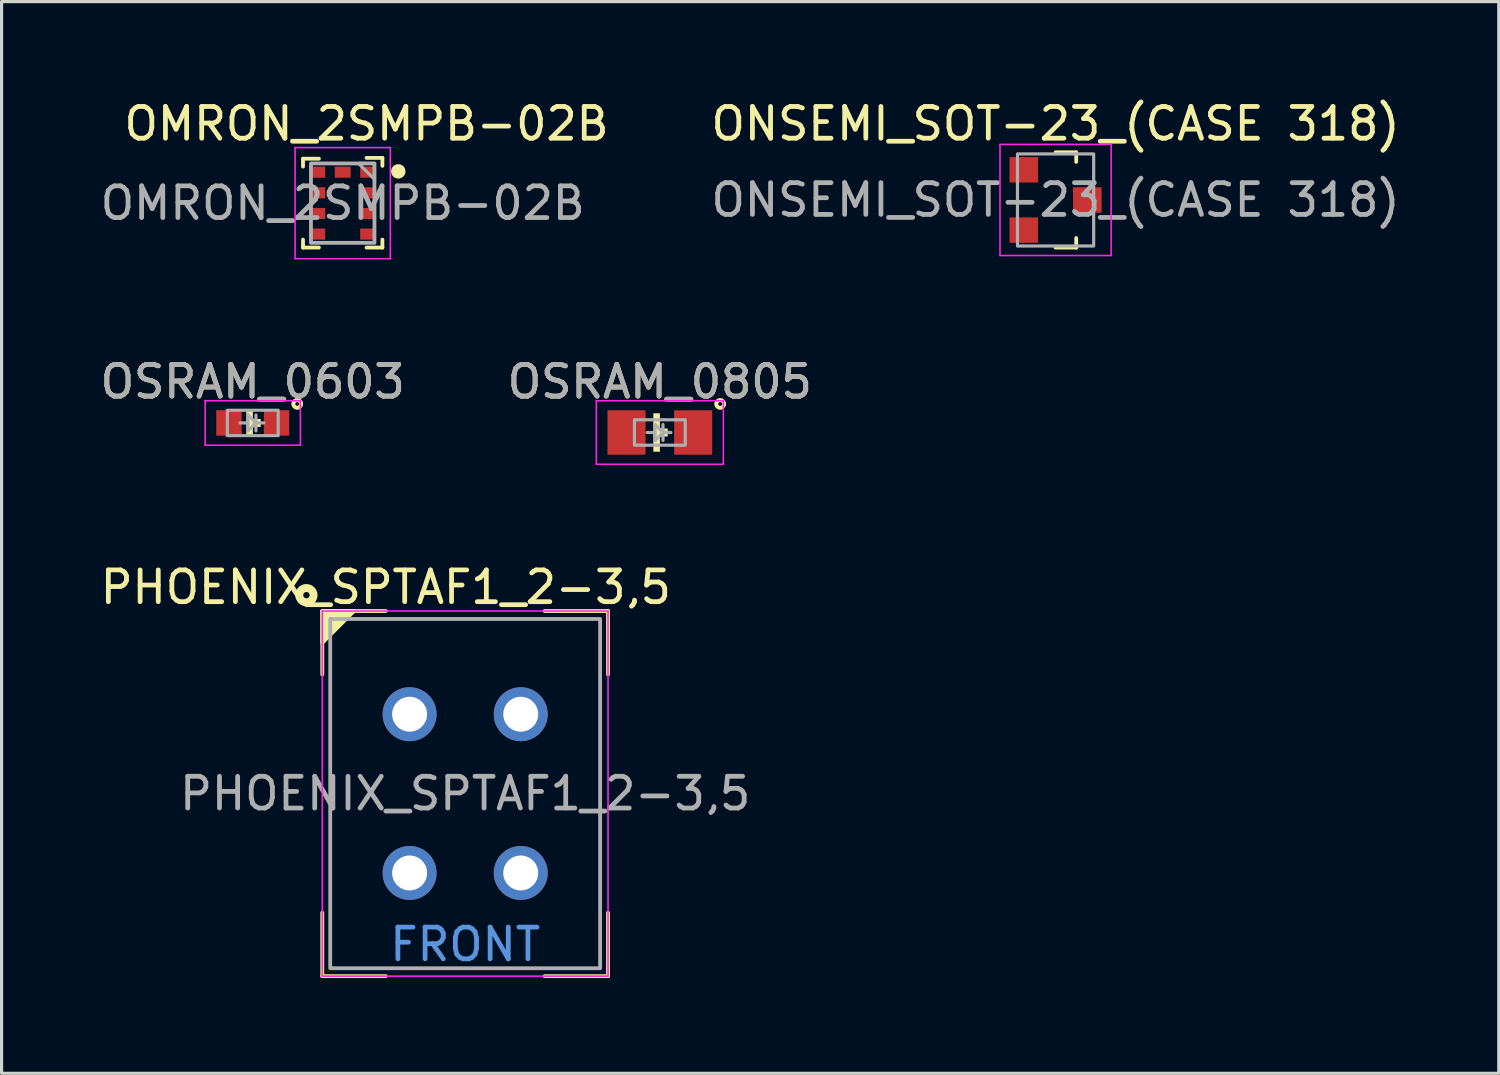
<source format=kicad_pcb>
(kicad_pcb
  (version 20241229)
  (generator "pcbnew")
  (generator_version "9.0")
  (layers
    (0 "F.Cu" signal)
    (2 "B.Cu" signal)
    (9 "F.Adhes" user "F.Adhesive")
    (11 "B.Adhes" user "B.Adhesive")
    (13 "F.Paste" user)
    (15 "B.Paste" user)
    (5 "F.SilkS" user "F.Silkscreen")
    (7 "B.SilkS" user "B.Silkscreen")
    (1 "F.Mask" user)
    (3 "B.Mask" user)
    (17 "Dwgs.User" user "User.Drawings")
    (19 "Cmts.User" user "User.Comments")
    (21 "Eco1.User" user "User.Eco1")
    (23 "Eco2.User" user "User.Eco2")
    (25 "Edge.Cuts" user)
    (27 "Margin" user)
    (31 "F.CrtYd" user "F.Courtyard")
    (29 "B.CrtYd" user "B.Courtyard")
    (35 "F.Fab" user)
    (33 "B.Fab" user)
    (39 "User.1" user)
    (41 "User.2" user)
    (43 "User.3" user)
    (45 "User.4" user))
  (footprint "ONSEMI_SOT-23_(CASE 318)"
    (layer "F.Cu")
    (at 30.196 3.248)
    (property "Reference" "ONSEMI_SOT-23_(CASE 318)" (at 0 -2.4 0) (unlocked yes) (layer "F.SilkS") (effects (font (size 1 1) (thickness 0.15))))
    (attr smd)
    (fp_line (start 0 -1.5) (end 0.65 -1.5) (stroke (width 0.12) (type solid)) (layer "F.SilkS"))
    (fp_line (start 0.65 -1.5) (end 0.65 -1.2) (stroke (width 0.12) (type solid)) (layer "F.SilkS"))
    (fp_line (start 0.65 1.5) (end 0 1.5) (stroke (width 0.12) (type solid)) (layer "F.SilkS"))
    (fp_line (start 0.65 1.5) (end 0.65 1.2) (stroke (width 0.12) (type solid)) (layer "F.SilkS"))
    (fp_line (start -1.75 1.75) (end -1.75 -1.75) (stroke (width 0.05) (type solid)) (layer "F.CrtYd"))
    (fp_line (start 1.75 -1.75) (end -1.75 -1.75) (stroke (width 0.05) (type solid)) (layer "F.CrtYd"))
    (fp_line (start 1.75 1.75) (end -1.75 1.75) (stroke (width 0.05) (type solid)) (layer "F.CrtYd"))
    (fp_line (start 1.75 1.75) (end 1.75 -1.75) (stroke (width 0.05) (type solid)) (layer "F.CrtYd"))
    (fp_rect (start -1.2 -1.45) (end 1.2 1.45) (stroke (width 0.1) (type solid)) (fill no) (layer "F.Fab"))
    (fp_text user "${REFERENCE}" (at 0 0 0) (unlocked yes) (layer "F.Fab") (effects (font (size 1 1) (thickness 0.15))))
    (pad "1" smd rect (at -1 -0.95) (size 0.9 0.8) (layers "F.Cu" "F.Mask" "F.Paste"))
    (pad "2" smd rect (at -1 0.95) (size 0.9 0.8) (layers "F.Cu" "F.Mask" "F.Paste"))
    (pad "3" smd rect (at 1 0) (size 0.9 0.8) (layers "F.Cu" "F.Mask" "F.Paste")))
  (footprint "PHOENIX_SPTAF1_2-3,5"
    (layer "F.Cu")
    (at 11.601 21.945)
    (property "Reference" "PHOENIX_SPTAF1_2-3,5" (at -2.5 -6.5 0) (unlocked yes) (layer "F.SilkS") (effects (font (size 1 1) (thickness 0.15))))
    (attr smd)
    (fp_line (start -4.5 -5.75) (end -4.5 -3.75) (stroke (width 0.12) (type solid)) (layer "F.SilkS"))
    (fp_line (start -4.5 -5.75) (end -2.5 -5.75) (stroke (width 0.12) (type solid)) (layer "F.SilkS"))
    (fp_line (start -4.5 5.75) (end -4.5 3.75) (stroke (width 0.12) (type solid)) (layer "F.SilkS"))
    (fp_line (start -4.5 5.75) (end -2.5 5.75) (stroke (width 0.12) (type solid)) (layer "F.SilkS"))
    (fp_line (start 4.5 -5.75) (end 2.5 -5.75) (stroke (width 0.12) (type solid)) (layer "F.SilkS"))
    (fp_line (start 4.5 -5.75) (end 4.5 -3.75) (stroke (width 0.12) (type solid)) (layer "F.SilkS"))
    (fp_line (start 4.5 5.75) (end 2.5 5.75) (stroke (width 0.12) (type solid)) (layer "F.SilkS"))
    (fp_line (start 4.5 5.75) (end 4.5 3.75) (stroke (width 0.12) (type solid)) (layer "F.SilkS"))
    (fp_circle (center -5 -6.25) (end -4.9 -6.25) (stroke (width 0.25) (type solid)) (fill no) (layer "F.SilkS"))
    (fp_poly (pts (xy -4.5 -4.75) (xy -4.5 -5.75) (xy -3.5 -5.75)) (stroke (width 0.12) (type solid)) (fill yes) (layer "F.SilkS"))
    (fp_line (start -4.5 -5.75) (end -4.5 5.75) (stroke (width 0.05) (type solid)) (layer "F.CrtYd"))
    (fp_line (start 4.5 -5.75) (end -4.5 -5.75) (stroke (width 0.05) (type solid)) (layer "F.CrtYd"))
    (fp_line (start 4.5 5.75) (end -4.5 5.75) (stroke (width 0.05) (type solid)) (layer "F.CrtYd"))
    (fp_line (start 4.5 5.75) (end 4.5 -5.75) (stroke (width 0.05) (type solid)) (layer "F.CrtYd"))
    (fp_rect (start 4.25 -5.5) (end -4.25 5.5) (stroke (width 0.12) (type solid)) (fill no) (layer "F.Fab"))
    (fp_text user "FRONT" (at 0 4.75 0) (unlocked yes) (layer "Cmts.User") (effects (font (size 1 1) (thickness 0.15))))
    (fp_text user "${REFERENCE}" (at 0 0 0) (unlocked yes) (layer "F.Fab") (effects (font (size 1 1) (thickness 0.15))))
    (pad "1" thru_hole circle (at -1.75 2.5) (size 1.7 1.7) (drill 1.1) (layers "*.Cu" "*.Mask"))
    (pad "1B" thru_hole circle (at -1.75 -2.5) (size 1.7 1.7) (drill 1.1) (layers "*.Cu" "*.Mask"))
    (pad "2" thru_hole circle (at 1.75 2.5) (size 1.7 1.7) (drill 1.1) (layers "*.Cu" "*.Mask"))
    (pad "2B" thru_hole circle (at 1.75 -2.5) (size 1.7 1.7) (drill 1.1) (layers "*.Cu" "*.Mask")))
  (footprint "OSRAM_0603"
    (layer "F.Cu")
    (at 4.911 10.271)
    (property "Reference" "OSRAM_0603" (at 0 -1.3 0) (unlocked yes) (layer "F.SilkS") (effects (font (size 1 1) (thickness 0.15))))
    (attr smd)
    (fp_rect (start -0.2 -0.4) (end 0 0.4) (stroke (width 0.01) (type solid)) (fill yes) (layer "F.SilkS"))
    (fp_rect (start 0 -0.125) (end 0.25 0.125) (stroke (width 0) (type solid)) (fill yes) (layer "F.SilkS"))
    (fp_circle (center 1.4 -0.6) (end 1.46 -0.6) (stroke (width 0.125) (type solid)) (fill no) (layer "F.SilkS"))
    (fp_line (start -1.5 0.7) (end -1.5 -0.7) (stroke (width 0.05) (type solid)) (layer "F.CrtYd"))
    (fp_line (start 1.5 -0.7) (end -1.5 -0.7) (stroke (width 0.05) (type solid)) (layer "F.CrtYd"))
    (fp_line (start 1.5 0.7) (end -1.5 0.7) (stroke (width 0.05) (type solid)) (layer "F.CrtYd"))
    (fp_line (start 1.5 0.7) (end 1.5 -0.7) (stroke (width 0.05) (type solid)) (layer "F.CrtYd"))
    (fp_line (start -0.15 -0.25) (end -0.15 0.25) (stroke (width 0.1) (type solid)) (layer "F.Fab"))
    (fp_line (start -0.15 0) (end -0.4 0) (stroke (width 0.1) (type solid)) (layer "F.Fab"))
    (fp_line (start -0.15 0.25) (end 0.1 0) (stroke (width 0.1) (type solid)) (layer "F.Fab"))
    (fp_line (start 0.1 -0.25) (end 0.1 0.25) (stroke (width 0.1) (type solid)) (layer "F.Fab"))
    (fp_line (start 0.1 0) (end -0.15 -0.25) (stroke (width 0.1) (type solid)) (layer "F.Fab"))
    (fp_line (start 0.1 0) (end 0.35 0) (stroke (width 0.1) (type solid)) (layer "F.Fab"))
    (fp_rect (start -0.8 -0.4) (end 0.8 0.4) (stroke (width 0.1) (type solid)) (fill no) (layer "F.Fab"))
    (fp_text user "${REFERENCE}" (at 0 -1.3 0) (unlocked yes) (layer "F.Fab") (effects (font (size 1 1) (thickness 0.15))))
    (pad "A" smd rect (at -0.75 0) (size 0.8 0.8) (layers "F.Cu" "F.Mask" "F.Paste"))
    (pad "C" smd rect (at 0.75 0) (size 0.8 0.8) (layers "F.Cu" "F.Mask" "F.Paste")))
  (footprint "OSRAM_0805"
    (layer "F.Cu")
    (at 17.732 10.572)
    (property "Reference" "OSRAM_0805" (at 0 -1.6 0) (unlocked yes) (layer "F.SilkS") (effects (font (size 1 1) (thickness 0.15))))
    (attr smd)
    (fp_rect (start -0.2 -0.6) (end 0 0.6) (stroke (width 0.01) (type solid)) (fill yes) (layer "F.SilkS"))
    (fp_rect (start 0 -0.125) (end 0.25 0.125) (stroke (width 0) (type solid)) (fill yes) (layer "F.SilkS"))
    (fp_circle (center 1.9 -0.9) (end 1.96 -0.9) (stroke (width 0.125) (type solid)) (fill no) (layer "F.SilkS"))
    (fp_line (start -2 1) (end -2 -1) (stroke (width 0.05) (type solid)) (layer "F.CrtYd"))
    (fp_line (start 2 -1) (end -2 -1) (stroke (width 0.05) (type solid)) (layer "F.CrtYd"))
    (fp_line (start 2 1) (end -2 1) (stroke (width 0.05) (type solid)) (layer "F.CrtYd"))
    (fp_line (start 2 1) (end 2 -1) (stroke (width 0.05) (type solid)) (layer "F.CrtYd"))
    (fp_line (start -0.15 -0.25) (end -0.15 0.25) (stroke (width 0.1) (type solid)) (layer "F.Fab"))
    (fp_line (start -0.15 0) (end -0.4 0) (stroke (width 0.1) (type solid)) (layer "F.Fab"))
    (fp_line (start -0.15 0.25) (end 0.1 0) (stroke (width 0.1) (type solid)) (layer "F.Fab"))
    (fp_line (start 0.1 -0.25) (end 0.1 0.25) (stroke (width 0.1) (type solid)) (layer "F.Fab"))
    (fp_line (start 0.1 0) (end -0.15 -0.25) (stroke (width 0.1) (type solid)) (layer "F.Fab"))
    (fp_line (start 0.1 0) (end 0.35 0) (stroke (width 0.1) (type solid)) (layer "F.Fab"))
    (fp_rect (start -0.8 -0.4) (end 0.8 0.4) (stroke (width 0.1) (type solid)) (fill no) (layer "F.Fab"))
    (fp_text user "${REFERENCE}" (at 0 -1.6 0) (unlocked yes) (layer "F.Fab") (effects (font (size 1 1) (thickness 0.15))))
    (pad "A" smd rect (at -1.05 0) (size 1.2 1.4) (layers "F.Cu" "F.Mask" "F.Paste"))
    (pad "C" smd rect (at 1.05 0) (size 1.2 1.4) (layers "F.Cu" "F.Mask" "F.Paste")))
  (footprint "OMRON_2SMPB-02B"
    (layer "F.Cu")
    (at 7.744 3.348)
    (property "Reference" "OMRON_2SMPB-02B" (at 0.75 -2.5 0) (unlocked yes) (layer "F.SilkS") (effects (font (size 1 1) (thickness 0.15))))
    (attr smd)
    (fp_line (start -1.25 -1.4) (end -1.25 -1.15) (stroke (width 0.12) (type solid)) (layer "F.SilkS"))
    (fp_line (start -1.25 -1.4) (end -0.75 -1.4) (stroke (width 0.12) (type solid)) (layer "F.SilkS"))
    (fp_line (start -1.25 1.4) (end -1.25 1.15) (stroke (width 0.12) (type solid)) (layer "F.SilkS"))
    (fp_line (start -1.25 1.4) (end -0.75 1.4) (stroke (width 0.12) (type solid)) (layer "F.SilkS"))
    (fp_line (start 1.25 -1.425) (end 0.75 -1.425) (stroke (width 0.12) (type solid)) (layer "F.SilkS"))
    (fp_line (start 1.25 -1.425) (end 1.25 -1.175) (stroke (width 0.12) (type solid)) (layer "F.SilkS"))
    (fp_line (start 1.25 1.4) (end 0.75 1.4) (stroke (width 0.12) (type solid)) (layer "F.SilkS"))
    (fp_line (start 1.25 1.4) (end 1.25 1.15) (stroke (width 0.12) (type solid)) (layer "F.SilkS"))
    (fp_circle (center 1.75 -1) (end 1.85 -1) (stroke (width 0.254) (type solid)) (fill yes) (layer "F.SilkS"))
    (fp_line (start -1.5 1.75) (end -1.5 -1.75) (stroke (width 0.05) (type solid)) (layer "F.CrtYd"))
    (fp_line (start 1.5 -1.75) (end -1.5 -1.75) (stroke (width 0.05) (type solid)) (layer "F.CrtYd"))
    (fp_line (start 1.5 1.75) (end -1.5 1.75) (stroke (width 0.05) (type solid)) (layer "F.CrtYd"))
    (fp_line (start 1.5 1.75) (end 1.5 -1.75) (stroke (width 0.05) (type solid)) (layer "F.CrtYd"))
    (fp_rect (start -1 -1.25) (end 1 1.25) (stroke (width 0.12) (type solid)) (fill no) (layer "F.Fab"))
    (fp_poly (pts (xy 0.5 -1.25) (xy 1 -1.25) (xy 1 -0.75)) (stroke (width 0.1) (type solid)) (fill no) (layer "F.Fab"))
    (fp_text user "${REFERENCE}" (at 0 0 0) (unlocked yes) (layer "F.Fab") (effects (font (size 1 1) (thickness 0.15))))
    (pad "1" smd rect (at 0.8 -0.975) (size 0.5 0.35) (layers "F.Cu" "F.Mask" "F.Paste"))
    (pad "2" smd rect (at 0.8 -0.325) (size 0.5 0.35) (layers "F.Cu" "F.Mask" "F.Paste"))
    (pad "3" smd rect (at 0.8 0.325) (size 0.5 0.35) (layers "F.Cu" "F.Mask" "F.Paste"))
    (pad "4" smd rect (at 0.8 0.975) (size 0.5 0.35) (layers "F.Cu" "F.Mask" "F.Paste"))
    (pad "5" smd rect (at -0.8 0.975) (size 0.5 0.35) (layers "F.Cu" "F.Mask" "F.Paste"))
    (pad "6" smd rect (at -0.8 0.325) (size 0.5 0.35) (layers "F.Cu" "F.Mask" "F.Paste"))
    (pad "7" smd rect (at -0.8 -0.325) (size 0.5 0.35) (layers "F.Cu" "F.Mask" "F.Paste"))
    (pad "8" smd rect (at -0.8 -0.975) (size 0.5 0.35) (layers "F.Cu" "F.Mask" "F.Paste"))
    (pad "9" smd rect (at 0 -0.975) (size 0.5 0.35) (layers "F.Cu" "F.Mask" "F.Paste")))
  (gr_rect
    (start -3 -3)
    (end 44.155 30.755)
    (stroke (width 0.1) (type default))
    (fill no)
    (layer "Edge.Cuts")))
</source>
